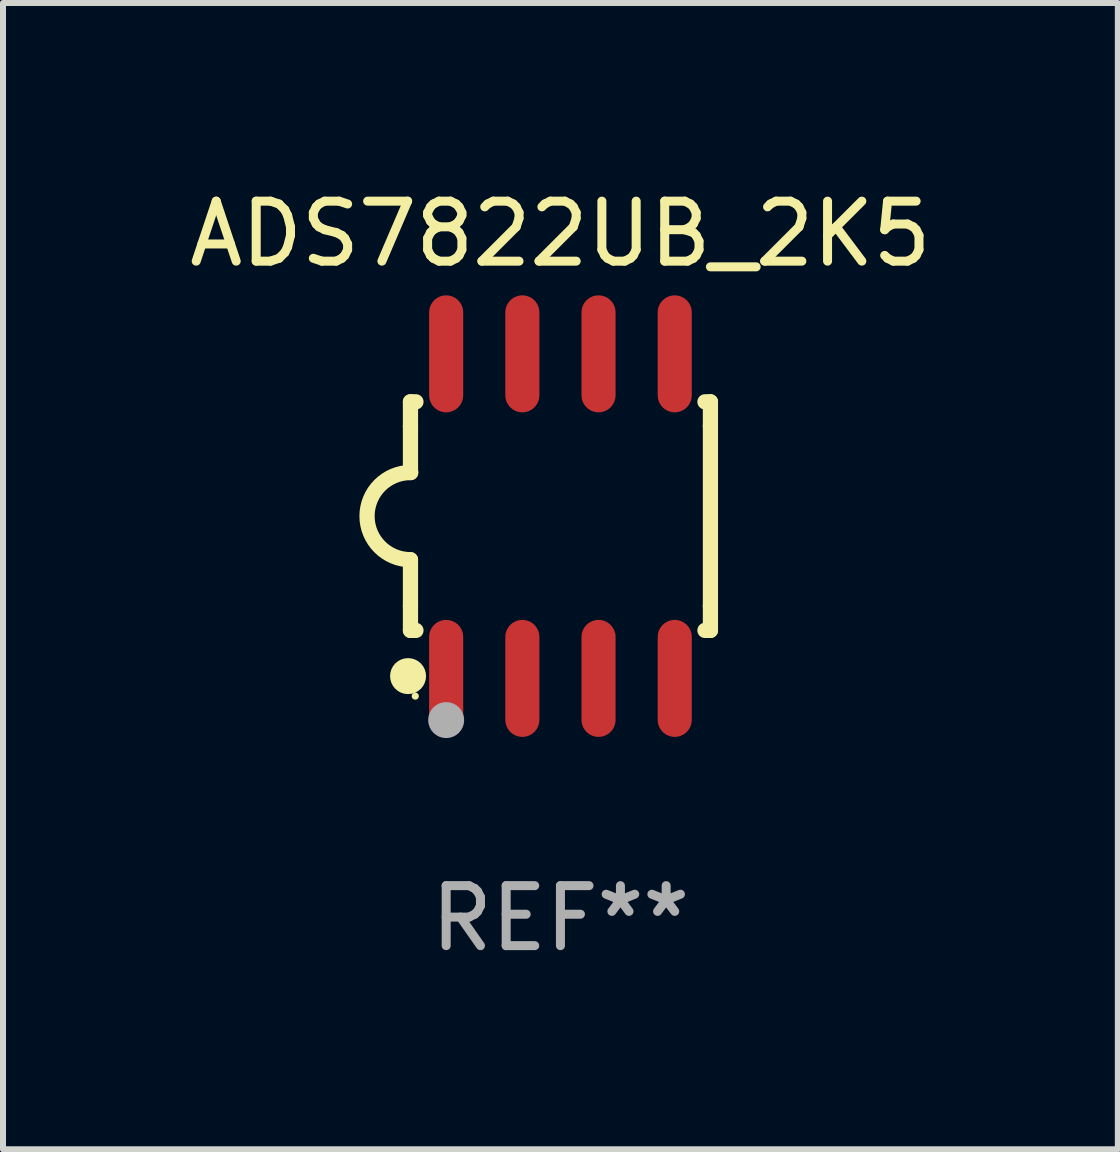
<source format=kicad_pcb>
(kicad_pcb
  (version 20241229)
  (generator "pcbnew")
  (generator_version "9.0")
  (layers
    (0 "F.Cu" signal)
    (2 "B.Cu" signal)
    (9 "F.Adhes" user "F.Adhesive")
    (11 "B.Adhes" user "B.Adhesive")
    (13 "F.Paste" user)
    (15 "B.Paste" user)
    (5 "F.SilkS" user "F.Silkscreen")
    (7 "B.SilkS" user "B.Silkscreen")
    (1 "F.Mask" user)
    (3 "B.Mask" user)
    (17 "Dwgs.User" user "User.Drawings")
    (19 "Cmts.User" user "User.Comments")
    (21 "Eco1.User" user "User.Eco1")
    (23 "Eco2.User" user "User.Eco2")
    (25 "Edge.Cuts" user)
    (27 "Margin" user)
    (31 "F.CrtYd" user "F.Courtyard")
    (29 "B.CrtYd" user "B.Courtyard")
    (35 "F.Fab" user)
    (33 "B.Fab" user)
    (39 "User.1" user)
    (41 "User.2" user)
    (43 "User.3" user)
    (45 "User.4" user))
  (footprint "ADS7822UB_2K5"
    (layer "F.Cu")
    (at 6.292 5.553)
    (property "Reference" "ADS7822UB_2K5" (at 0 -4.705 0) (layer "F.SilkS") (effects (font (size 1 1) (thickness 0.15))))
    (attr through_hole)
    (fp_line (start -2.5 -1.905) (end -2.409 -1.905) (stroke (width 0.254) (type solid)) (layer "F.SilkS"))
    (fp_line (start -2.5 -1.5) (end -2.5 -1.905) (stroke (width 0.254) (type solid)) (layer "F.SilkS"))
    (fp_line (start -2.5 -1.5) (end -2.5 -0.726) (stroke (width 0.254) (type solid)) (layer "F.SilkS"))
    (fp_line (start -2.5 1.5) (end -2.5 0.727) (stroke (width 0.254) (type solid)) (layer "F.SilkS"))
    (fp_line (start -2.5 1.5) (end -2.5 1.905) (stroke (width 0.254) (type solid)) (layer "F.SilkS"))
    (fp_line (start -2.5 1.905) (end -2.409 1.905) (stroke (width 0.254) (type solid)) (layer "F.SilkS"))
    (fp_line (start 2.5 -1.905) (end 2.409 -1.905) (stroke (width 0.254) (type solid)) (layer "F.SilkS"))
    (fp_line (start 2.5 -1.5) (end 2.5 -1.905) (stroke (width 0.254) (type solid)) (layer "F.SilkS"))
    (fp_line (start 2.5 -1.5) (end 2.5 1.5) (stroke (width 0.254) (type solid)) (layer "F.SilkS"))
    (fp_line (start 2.5 1.5) (end 2.5 1.905) (stroke (width 0.254) (type solid)) (layer "F.SilkS"))
    (fp_line (start 2.5 1.905) (end 2.409 1.905) (stroke (width 0.254) (type solid)) (layer "F.SilkS"))
    (fp_arc (start -2.5 0.726568) (mid -3.220316 -0.0023) (end -2.495097 -0.726289) (stroke (width 0.254001) (type solid)) (layer "F.SilkS"))
    (fp_circle (center -2.54 2.667) (end -2.39 2.667) (stroke (width 0.3) (type solid)) (fill no) (layer "F.SilkS"))
    (fp_circle (center -2.42 3) (end -2.39 3) (stroke (width 0.06) (type solid)) (fill no) (layer "F.SilkS"))
    (fp_circle (center -1.905 3.4) (end -1.755 3.4) (stroke (width 0.3) (type solid)) (fill no) (layer "F.Fab"))
    (fp_text user "REF**" (at 0 6.705 0) (layer "F.Fab") (effects (font (size 1 1) (thickness 0.15))))
    (pad "1" smd oval (at -1.905 2.705) (size 0.568 1.95) (layers "F.Cu" "F.Mask" "F.Paste"))
    (pad "2" smd oval (at -0.635 2.705) (size 0.568 1.95) (layers "F.Cu" "F.Mask" "F.Paste"))
    (pad "3" smd oval (at 0.635 2.705) (size 0.568 1.95) (layers "F.Cu" "F.Mask" "F.Paste"))
    (pad "4" smd oval (at 1.905 2.705) (size 0.568 1.95) (layers "F.Cu" "F.Mask" "F.Paste"))
    (pad "5" smd oval (at 1.905 -2.705) (size 0.568 1.95) (layers "F.Cu" "F.Mask" "F.Paste"))
    (pad "6" smd oval (at 0.635 -2.705) (size 0.568 1.95) (layers "F.Cu" "F.Mask" "F.Paste"))
    (pad "7" smd oval (at -0.635 -2.705) (size 0.568 1.95) (layers "F.Cu" "F.Mask" "F.Paste"))
    (pad "8" smd oval (at -1.905 -2.705) (size 0.568 1.95) (layers "F.Cu" "F.Mask" "F.Paste")))
  (gr_rect
    (start -3 -3)
    (end 15.583 16.107)
    (stroke (width 0.1) (type default))
    (fill no)
    (layer "Edge.Cuts")))
</source>
